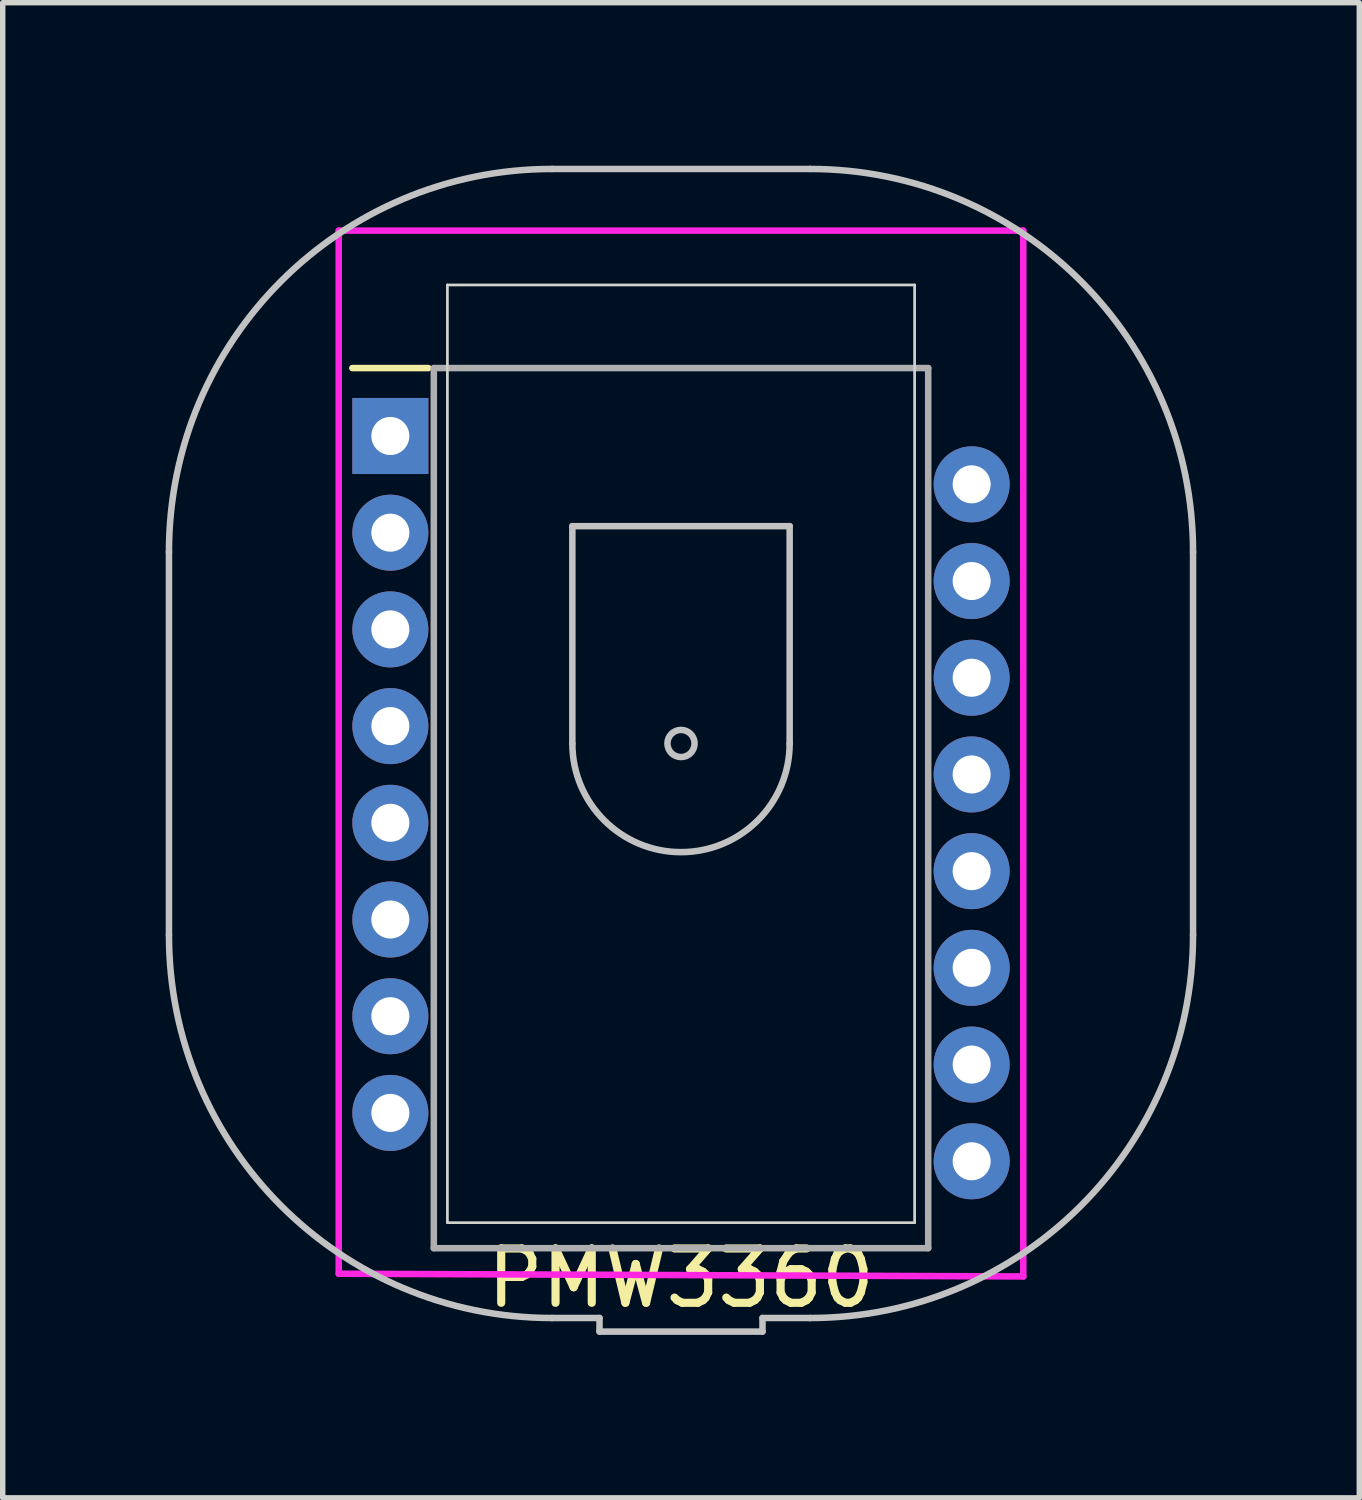
<source format=kicad_pcb>
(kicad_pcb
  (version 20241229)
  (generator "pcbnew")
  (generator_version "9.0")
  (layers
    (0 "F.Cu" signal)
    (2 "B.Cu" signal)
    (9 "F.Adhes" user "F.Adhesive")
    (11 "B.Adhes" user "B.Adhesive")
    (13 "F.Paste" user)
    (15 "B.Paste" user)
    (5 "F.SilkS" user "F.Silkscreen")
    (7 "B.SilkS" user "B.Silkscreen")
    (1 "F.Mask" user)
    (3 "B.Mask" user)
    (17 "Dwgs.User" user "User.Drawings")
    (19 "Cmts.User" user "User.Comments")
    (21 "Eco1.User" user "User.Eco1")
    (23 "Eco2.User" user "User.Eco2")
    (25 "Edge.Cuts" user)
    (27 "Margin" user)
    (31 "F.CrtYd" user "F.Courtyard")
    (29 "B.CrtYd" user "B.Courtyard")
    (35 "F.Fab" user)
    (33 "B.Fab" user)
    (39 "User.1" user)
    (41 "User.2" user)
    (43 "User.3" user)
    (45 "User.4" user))
  (footprint "PMW3360"
    (layer "F.Cu")
    (at 4.135 4.975)
    (property "Reference" "PMW3360" (at 5.35 15.5 0) (layer "F.SilkS") (effects (font (size 1 1) (thickness 0.15))))
    (attr through_hole)
    (fp_line (start 0.7 -1.25) (end -0.7 -1.25) (stroke (width 0.12) (type solid)) (layer "F.SilkS"))
    (fp_line (start -4.075 9.185) (end -4.075 2.135) (stroke (width 0.12) (type solid)) (layer "Dwgs.User"))
    (fp_line (start 3.35 1.66) (end 7.35 1.66) (stroke (width 0.12) (type solid)) (layer "Dwgs.User"))
    (fp_line (start 3.35 5.66) (end 3.35 1.66) (stroke (width 0.12) (type solid)) (layer "Dwgs.User"))
    (fp_line (start 3.85 16.235) (end 2.975 16.235) (stroke (width 0.12) (type solid)) (layer "Dwgs.User"))
    (fp_line (start 3.85 16.485) (end 3.85 16.235) (stroke (width 0.12) (type solid)) (layer "Dwgs.User"))
    (fp_line (start 6.85 16.485) (end 3.85 16.485) (stroke (width 0.12) (type solid)) (layer "Dwgs.User"))
    (fp_line (start 6.85 16.485) (end 6.85 16.235) (stroke (width 0.12) (type solid)) (layer "Dwgs.User"))
    (fp_line (start 7.35 1.66) (end 7.35 5.66) (stroke (width 0.12) (type solid)) (layer "Dwgs.User"))
    (fp_line (start 7.725 -4.915) (end 2.975 -4.915) (stroke (width 0.12) (type solid)) (layer "Dwgs.User"))
    (fp_line (start 7.725 16.235) (end 6.85 16.235) (stroke (width 0.12) (type solid)) (layer "Dwgs.User"))
    (fp_line (start 14.775 9.185) (end 14.775 2.135) (stroke (width 0.12) (type solid)) (layer "Dwgs.User"))
    (fp_arc (start -4.075 2.135) (mid -2.010103 -2.850103) (end 2.975 -4.915) (stroke (width 0.12) (type solid)) (layer "Dwgs.User"))
    (fp_arc (start 2.975 16.235) (mid -2.010103 14.170103) (end -4.075 9.185) (stroke (width 0.12) (type solid)) (layer "Dwgs.User"))
    (fp_arc (start 7.35 5.66) (mid 5.35 7.66) (end 3.35 5.66) (stroke (width 0.12) (type solid)) (layer "Dwgs.User"))
    (fp_arc (start 7.725 -4.915) (mid 12.710103 -2.850103) (end 14.775 2.135) (stroke (width 0.12) (type solid)) (layer "Dwgs.User"))
    (fp_arc (start 14.775 9.185) (mid 12.710103 14.170103) (end 7.725 16.235) (stroke (width 0.12) (type solid)) (layer "Dwgs.User"))
    (fp_circle (center 5.35 5.66) (end 5.6 5.66) (stroke (width 0.12) (type solid)) (fill no) (layer "Dwgs.User"))
    (fp_line (start 1.05 -2.78) (end 9.65 -2.78) (stroke (width 0.05) (type solid)) (layer "Edge.Cuts"))
    (fp_line (start 1.05 14.48) (end 1.05 -2.78) (stroke (width 0.05) (type solid)) (layer "Edge.Cuts"))
    (fp_line (start 1.05 14.48) (end 9.65 14.48) (stroke (width 0.05) (type solid)) (layer "Edge.Cuts"))
    (fp_line (start 9.65 -2.78) (end 9.65 14.48) (stroke (width 0.05) (type solid)) (layer "Edge.Cuts"))
    (fp_line (start -0.95 -3.78) (end 11.65 -3.78) (stroke (width 0.12) (type solid)) (layer "F.CrtYd"))
    (fp_line (start -0.95 15.42) (end -0.95 -3.78) (stroke (width 0.12) (type solid)) (layer "F.CrtYd"))
    (fp_line (start 11.65 -3.78) (end 11.65 15.47) (stroke (width 0.12) (type solid)) (layer "F.CrtYd"))
    (fp_line (start 11.65 15.47) (end -0.95 15.42) (stroke (width 0.12) (type solid)) (layer "F.CrtYd"))
    (fp_line (start 0.8 -1.25) (end 9.9 -1.25) (stroke (width 0.12) (type solid)) (layer "F.Fab"))
    (fp_line (start 0.8 14.95) (end 0.8 -1.25) (stroke (width 0.12) (type solid)) (layer "F.Fab"))
    (fp_line (start 0.8 14.95) (end 9.9 14.95) (stroke (width 0.12) (type solid)) (layer "F.Fab"))
    (fp_line (start 9.9 -1.25) (end 9.9 14.95) (stroke (width 0.12) (type solid)) (layer "F.Fab"))
    (pad "1" thru_hole rect (at 0 0) (size 1.4 1.4) (drill 0.7) (layers "*.Cu" "*.Mask"))
    (pad "2" thru_hole circle (at 0 1.78) (size 1.4 1.4) (drill 0.7) (layers "*.Cu" "*.Mask"))
    (pad "3" thru_hole circle (at 0 3.56) (size 1.4 1.4) (drill 0.7) (layers "*.Cu" "*.Mask"))
    (pad "4" thru_hole circle (at 0 5.34) (size 1.4 1.4) (drill 0.7) (layers "*.Cu" "*.Mask"))
    (pad "5" thru_hole circle (at 0 7.12) (size 1.4 1.4) (drill 0.7) (layers "*.Cu" "*.Mask"))
    (pad "6" thru_hole circle (at 0 8.9) (size 1.4 1.4) (drill 0.7) (layers "*.Cu" "*.Mask"))
    (pad "7" thru_hole circle (at 0 10.68) (size 1.4 1.4) (drill 0.7) (layers "*.Cu" "*.Mask"))
    (pad "8" thru_hole circle (at 0 12.46) (size 1.4 1.4) (drill 0.7) (layers "*.Cu" "*.Mask"))
    (pad "9" thru_hole circle (at 10.7 13.35) (size 1.4 1.4) (drill 0.7) (layers "*.Cu" "*.Mask"))
    (pad "10" thru_hole circle (at 10.7 11.57) (size 1.4 1.4) (drill 0.7) (layers "*.Cu" "*.Mask"))
    (pad "11" thru_hole circle (at 10.7 9.79) (size 1.4 1.4) (drill 0.7) (layers "*.Cu" "*.Mask"))
    (pad "12" thru_hole circle (at 10.7 8.01) (size 1.4 1.4) (drill 0.7) (layers "*.Cu" "*.Mask"))
    (pad "13" thru_hole circle (at 10.7 6.23) (size 1.4 1.4) (drill 0.7) (layers "*.Cu" "*.Mask"))
    (pad "14" thru_hole circle (at 10.7 4.45) (size 1.4 1.4) (drill 0.7) (layers "*.Cu" "*.Mask"))
    (pad "15" thru_hole circle (at 10.7 2.67) (size 1.4 1.4) (drill 0.7) (layers "*.Cu" "*.Mask"))
    (pad "16" thru_hole circle (at 10.7 0.89) (size 1.4 1.4) (drill 0.7) (layers "*.Cu" "*.Mask")))
  (gr_rect
    (start -3 -3)
    (end 21.97 24.52)
    (stroke (width 0.1) (type default))
    (fill no)
    (layer "Edge.Cuts")))
</source>
